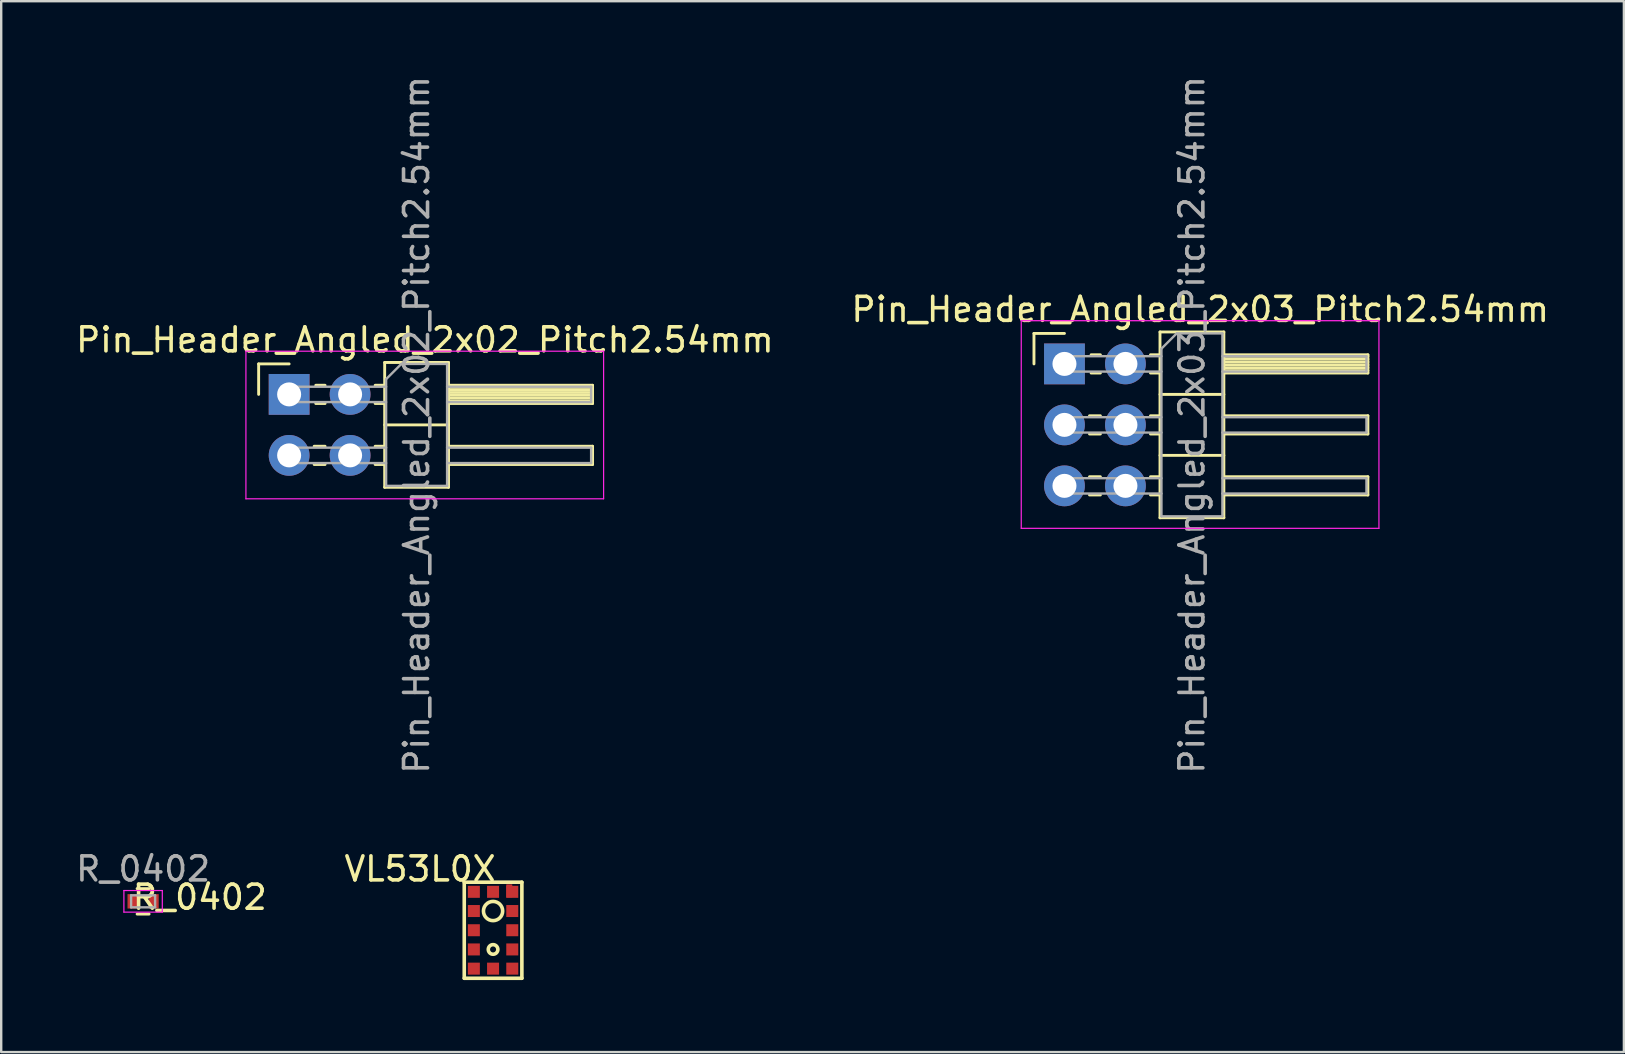
<source format=kicad_pcb>
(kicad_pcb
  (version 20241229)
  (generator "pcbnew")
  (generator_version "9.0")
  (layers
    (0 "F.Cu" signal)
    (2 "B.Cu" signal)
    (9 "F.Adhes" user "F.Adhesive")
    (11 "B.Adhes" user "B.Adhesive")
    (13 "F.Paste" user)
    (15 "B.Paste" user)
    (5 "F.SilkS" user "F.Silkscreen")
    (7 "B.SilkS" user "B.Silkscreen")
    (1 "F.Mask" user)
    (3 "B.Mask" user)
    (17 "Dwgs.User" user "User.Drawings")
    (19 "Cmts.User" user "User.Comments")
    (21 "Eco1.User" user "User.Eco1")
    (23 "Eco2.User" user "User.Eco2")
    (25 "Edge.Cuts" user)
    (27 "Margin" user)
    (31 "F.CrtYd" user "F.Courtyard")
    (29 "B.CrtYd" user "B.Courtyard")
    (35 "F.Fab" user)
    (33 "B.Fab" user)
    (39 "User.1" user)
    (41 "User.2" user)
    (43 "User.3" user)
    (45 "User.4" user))
  (footprint "Pin_Header_Angled_2x02_Pitch2.54mm"
    (layer "F.Cu")
    (at 8.994 13.379)
    (property "Reference" "Pin_Header_Angled_2x02_Pitch2.54mm" (at 5.655 -2.27 0) (layer "F.SilkS") (effects (font (size 1 1) (thickness 0.15))))
    (attr through_hole)
    (fp_line (start -1.27 -1.27) (end 0 -1.27) (stroke (width 0.12) (type solid)) (layer "F.SilkS"))
    (fp_line (start -1.27 0) (end -1.27 -1.27) (stroke (width 0.12) (type solid)) (layer "F.SilkS"))
    (fp_line (start 1.043 2.16) (end 1.497 2.16) (stroke (width 0.12) (type solid)) (layer "F.SilkS"))
    (fp_line (start 1.043 2.92) (end 1.497 2.92) (stroke (width 0.12) (type solid)) (layer "F.SilkS"))
    (fp_line (start 1.11 -0.38) (end 1.497 -0.38) (stroke (width 0.12) (type solid)) (layer "F.SilkS"))
    (fp_line (start 1.11 0.38) (end 1.497 0.38) (stroke (width 0.12) (type solid)) (layer "F.SilkS"))
    (fp_line (start 3.583 -0.38) (end 3.98 -0.38) (stroke (width 0.12) (type solid)) (layer "F.SilkS"))
    (fp_line (start 3.583 0.38) (end 3.98 0.38) (stroke (width 0.12) (type solid)) (layer "F.SilkS"))
    (fp_line (start 3.583 2.16) (end 3.98 2.16) (stroke (width 0.12) (type solid)) (layer "F.SilkS"))
    (fp_line (start 3.583 2.92) (end 3.98 2.92) (stroke (width 0.12) (type solid)) (layer "F.SilkS"))
    (fp_line (start 3.98 -1.33) (end 3.98 3.87) (stroke (width 0.12) (type solid)) (layer "F.SilkS"))
    (fp_line (start 3.98 1.27) (end 6.64 1.27) (stroke (width 0.12) (type solid)) (layer "F.SilkS"))
    (fp_line (start 3.98 3.87) (end 6.64 3.87) (stroke (width 0.12) (type solid)) (layer "F.SilkS"))
    (fp_line (start 6.64 -1.33) (end 3.98 -1.33) (stroke (width 0.12) (type solid)) (layer "F.SilkS"))
    (fp_line (start 6.64 -0.38) (end 12.64 -0.38) (stroke (width 0.12) (type solid)) (layer "F.SilkS"))
    (fp_line (start 6.64 -0.32) (end 12.64 -0.32) (stroke (width 0.12) (type solid)) (layer "F.SilkS"))
    (fp_line (start 6.64 -0.2) (end 12.64 -0.2) (stroke (width 0.12) (type solid)) (layer "F.SilkS"))
    (fp_line (start 6.64 -0.08) (end 12.64 -0.08) (stroke (width 0.12) (type solid)) (layer "F.SilkS"))
    (fp_line (start 6.64 0.04) (end 12.64 0.04) (stroke (width 0.12) (type solid)) (layer "F.SilkS"))
    (fp_line (start 6.64 0.16) (end 12.64 0.16) (stroke (width 0.12) (type solid)) (layer "F.SilkS"))
    (fp_line (start 6.64 0.28) (end 12.64 0.28) (stroke (width 0.12) (type solid)) (layer "F.SilkS"))
    (fp_line (start 6.64 2.16) (end 12.64 2.16) (stroke (width 0.12) (type solid)) (layer "F.SilkS"))
    (fp_line (start 6.64 3.87) (end 6.64 -1.33) (stroke (width 0.12) (type solid)) (layer "F.SilkS"))
    (fp_line (start 12.64 -0.38) (end 12.64 0.38) (stroke (width 0.12) (type solid)) (layer "F.SilkS"))
    (fp_line (start 12.64 0.38) (end 6.64 0.38) (stroke (width 0.12) (type solid)) (layer "F.SilkS"))
    (fp_line (start 12.64 2.16) (end 12.64 2.92) (stroke (width 0.12) (type solid)) (layer "F.SilkS"))
    (fp_line (start 12.64 2.92) (end 6.64 2.92) (stroke (width 0.12) (type solid)) (layer "F.SilkS"))
    (fp_line (start -1.8 -1.8) (end -1.8 4.35) (stroke (width 0.05) (type solid)) (layer "F.CrtYd"))
    (fp_line (start -1.8 4.35) (end 13.1 4.35) (stroke (width 0.05) (type solid)) (layer "F.CrtYd"))
    (fp_line (start 13.1 -1.8) (end -1.8 -1.8) (stroke (width 0.05) (type solid)) (layer "F.CrtYd"))
    (fp_line (start 13.1 4.35) (end 13.1 -1.8) (stroke (width 0.05) (type solid)) (layer "F.CrtYd"))
    (fp_line (start -0.32 -0.32) (end -0.32 0.32) (stroke (width 0.1) (type solid)) (layer "F.Fab"))
    (fp_line (start -0.32 -0.32) (end 4.04 -0.32) (stroke (width 0.1) (type solid)) (layer "F.Fab"))
    (fp_line (start -0.32 0.32) (end 4.04 0.32) (stroke (width 0.1) (type solid)) (layer "F.Fab"))
    (fp_line (start -0.32 2.22) (end -0.32 2.86) (stroke (width 0.1) (type solid)) (layer "F.Fab"))
    (fp_line (start -0.32 2.22) (end 4.04 2.22) (stroke (width 0.1) (type solid)) (layer "F.Fab"))
    (fp_line (start -0.32 2.86) (end 4.04 2.86) (stroke (width 0.1) (type solid)) (layer "F.Fab"))
    (fp_line (start 4.04 -0.635) (end 4.675 -1.27) (stroke (width 0.1) (type solid)) (layer "F.Fab"))
    (fp_line (start 4.04 3.81) (end 4.04 -0.635) (stroke (width 0.1) (type solid)) (layer "F.Fab"))
    (fp_line (start 4.675 -1.27) (end 6.58 -1.27) (stroke (width 0.1) (type solid)) (layer "F.Fab"))
    (fp_line (start 6.58 -1.27) (end 6.58 3.81) (stroke (width 0.1) (type solid)) (layer "F.Fab"))
    (fp_line (start 6.58 -0.32) (end 12.58 -0.32) (stroke (width 0.1) (type solid)) (layer "F.Fab"))
    (fp_line (start 6.58 0.32) (end 12.58 0.32) (stroke (width 0.1) (type solid)) (layer "F.Fab"))
    (fp_line (start 6.58 2.22) (end 12.58 2.22) (stroke (width 0.1) (type solid)) (layer "F.Fab"))
    (fp_line (start 6.58 2.86) (end 12.58 2.86) (stroke (width 0.1) (type solid)) (layer "F.Fab"))
    (fp_line (start 6.58 3.81) (end 4.04 3.81) (stroke (width 0.1) (type solid)) (layer "F.Fab"))
    (fp_line (start 12.58 -0.32) (end 12.58 0.32) (stroke (width 0.1) (type solid)) (layer "F.Fab"))
    (fp_line (start 12.58 2.22) (end 12.58 2.86) (stroke (width 0.1) (type solid)) (layer "F.Fab"))
    (fp_text user "${REFERENCE}" (at 5.31 1.27 90) (layer "F.Fab") (effects (font (size 1 1) (thickness 0.15))))
    (pad "1" thru_hole rect (at 0 0) (size 1.7 1.7) (drill 1) (layers "*.Cu" "*.Mask"))
    (pad "2" thru_hole oval (at 2.54 0) (size 1.7 1.7) (drill 1) (layers "*.Cu" "*.Mask"))
    (pad "3" thru_hole oval (at 0 2.54) (size 1.7 1.7) (drill 1) (layers "*.Cu" "*.Mask"))
    (pad "4" thru_hole oval (at 2.54 2.54) (size 1.7 1.7) (drill 1) (layers "*.Cu" "*.Mask")))
  (footprint "R_0402"
    (layer "F.Cu")
    (at 2.911 34.496)
    (property "Reference" "R_0402" (at 2.36 -0.17 0) (layer "F.SilkS") (effects (font (size 1 1) (thickness 0.15))))
    (attr smd)
    (fp_line (start -0.25 0.53) (end 0.25 0.53) (stroke (width 0.12) (type solid)) (layer "F.SilkS"))
    (fp_line (start 0.25 -0.53) (end -0.25 -0.53) (stroke (width 0.12) (type solid)) (layer "F.SilkS"))
    (fp_line (start -0.8 -0.45) (end -0.8 0.45) (stroke (width 0.05) (type solid)) (layer "F.CrtYd"))
    (fp_line (start -0.8 -0.45) (end 0.8 -0.45) (stroke (width 0.05) (type solid)) (layer "F.CrtYd"))
    (fp_line (start 0.8 0.45) (end -0.8 0.45) (stroke (width 0.05) (type solid)) (layer "F.CrtYd"))
    (fp_line (start 0.8 0.45) (end 0.8 -0.45) (stroke (width 0.05) (type solid)) (layer "F.CrtYd"))
    (fp_line (start -0.5 -0.25) (end 0.5 -0.25) (stroke (width 0.1) (type solid)) (layer "F.Fab"))
    (fp_line (start -0.5 0.25) (end -0.5 -0.25) (stroke (width 0.1) (type solid)) (layer "F.Fab"))
    (fp_line (start 0.5 -0.25) (end 0.5 0.25) (stroke (width 0.1) (type solid)) (layer "F.Fab"))
    (fp_line (start 0.5 0.25) (end -0.5 0.25) (stroke (width 0.1) (type solid)) (layer "F.Fab"))
    (fp_text user "${REFERENCE}" (at 0 -1.35 0) (layer "F.Fab") (effects (font (size 1 1) (thickness 0.15))))
    (pad "1" smd rect (at -0.45 0) (size 0.4 0.6) (layers "F.Cu" "F.Mask" "F.Paste"))
    (pad "2" smd rect (at 0.45 0) (size 0.4 0.6) (layers "F.Cu" "F.Mask" "F.Paste")))
  (footprint "VL53L0X"
    (layer "F.Cu")
    (at 17.489 35.736)
    (property "Reference" "VL53L0X" (at -3.04 -2.59 0) (layer "F.SilkS") (effects (font (size 1 1) (thickness 0.15))))
    (attr through_hole)
    (fp_line (start -1.2 -2.036) (end -1.2 1.964) (stroke (width 0.15) (type solid)) (layer "F.SilkS"))
    (fp_line (start -1.2 1.964) (end 1.2 1.964) (stroke (width 0.15) (type solid)) (layer "F.SilkS"))
    (fp_line (start 1.2 -2.036) (end -1.2 -2.036) (stroke (width 0.15) (type solid)) (layer "F.SilkS"))
    (fp_line (start 1.2 1.964) (end 1.2 -2.036) (stroke (width 0.15) (type solid)) (layer "F.SilkS"))
    (fp_circle (center 0 -0.836) (end 0 -0.436) (stroke (width 0.15) (type solid)) (fill no) (layer "F.SilkS"))
    (fp_circle (center 0 0.764) (end 0 0.964) (stroke (width 0.15) (type solid)) (fill no) (layer "F.SilkS"))
    (pad "" smd rect (at 0.675 -1.676) (size 0.25 0.54) (layers "F.Cu" "F.Mask" "F.Paste"))
    (pad "1" smd rect (at 0.8 -1.636) (size 0.5 0.5) (layers "F.Cu" "F.Mask" "F.Paste"))
    (pad "2" smd rect (at 0.8 -0.836) (size 0.5 0.5) (layers "F.Cu" "F.Mask" "F.Paste"))
    (pad "3" smd rect (at 0.8 -0.036) (size 0.5 0.5) (layers "F.Cu" "F.Mask" "F.Paste"))
    (pad "4" smd rect (at 0.8 0.764) (size 0.5 0.5) (layers "F.Cu" "F.Mask" "F.Paste"))
    (pad "5" smd rect (at 0.8 1.564) (size 0.5 0.5) (layers "F.Cu" "F.Mask" "F.Paste"))
    (pad "6" smd rect (at 0 1.564) (size 0.5 0.5) (layers "F.Cu" "F.Mask" "F.Paste"))
    (pad "7" smd rect (at -0.8 1.564) (size 0.5 0.5) (layers "F.Cu" "F.Mask" "F.Paste"))
    (pad "8" smd rect (at -0.8 0.764) (size 0.5 0.5) (layers "F.Cu" "F.Mask" "F.Paste"))
    (pad "9" smd rect (at -0.8 -0.036) (size 0.5 0.5) (layers "F.Cu" "F.Mask" "F.Paste"))
    (pad "10" smd rect (at -0.8 -0.836) (size 0.5 0.5) (layers "F.Cu" "F.Mask" "F.Paste"))
    (pad "11" smd rect (at -0.8 -1.636) (size 0.5 0.5) (layers "F.Cu" "F.Mask" "F.Paste"))
    (pad "12" smd rect (at 0 -1.636) (size 0.5 0.5) (layers "F.Cu" "F.Mask" "F.Paste")))
  (footprint "Pin_Header_Angled_2x03_Pitch2.54mm"
    (layer "F.Cu")
    (at 41.291 12.109)
    (property "Reference" "Pin_Header_Angled_2x03_Pitch2.54mm" (at 5.655 -2.27 0) (layer "F.SilkS") (effects (font (size 1 1) (thickness 0.15))))
    (attr through_hole)
    (fp_line (start -1.27 -1.27) (end 0 -1.27) (stroke (width 0.12) (type solid)) (layer "F.SilkS"))
    (fp_line (start -1.27 0) (end -1.27 -1.27) (stroke (width 0.12) (type solid)) (layer "F.SilkS"))
    (fp_line (start 1.043 2.16) (end 1.497 2.16) (stroke (width 0.12) (type solid)) (layer "F.SilkS"))
    (fp_line (start 1.043 2.92) (end 1.497 2.92) (stroke (width 0.12) (type solid)) (layer "F.SilkS"))
    (fp_line (start 1.043 4.7) (end 1.497 4.7) (stroke (width 0.12) (type solid)) (layer "F.SilkS"))
    (fp_line (start 1.043 5.46) (end 1.497 5.46) (stroke (width 0.12) (type solid)) (layer "F.SilkS"))
    (fp_line (start 1.11 -0.38) (end 1.497 -0.38) (stroke (width 0.12) (type solid)) (layer "F.SilkS"))
    (fp_line (start 1.11 0.38) (end 1.497 0.38) (stroke (width 0.12) (type solid)) (layer "F.SilkS"))
    (fp_line (start 3.583 -0.38) (end 3.98 -0.38) (stroke (width 0.12) (type solid)) (layer "F.SilkS"))
    (fp_line (start 3.583 0.38) (end 3.98 0.38) (stroke (width 0.12) (type solid)) (layer "F.SilkS"))
    (fp_line (start 3.583 2.16) (end 3.98 2.16) (stroke (width 0.12) (type solid)) (layer "F.SilkS"))
    (fp_line (start 3.583 2.92) (end 3.98 2.92) (stroke (width 0.12) (type solid)) (layer "F.SilkS"))
    (fp_line (start 3.583 4.7) (end 3.98 4.7) (stroke (width 0.12) (type solid)) (layer "F.SilkS"))
    (fp_line (start 3.583 5.46) (end 3.98 5.46) (stroke (width 0.12) (type solid)) (layer "F.SilkS"))
    (fp_line (start 3.98 -1.33) (end 3.98 6.41) (stroke (width 0.12) (type solid)) (layer "F.SilkS"))
    (fp_line (start 3.98 1.27) (end 6.64 1.27) (stroke (width 0.12) (type solid)) (layer "F.SilkS"))
    (fp_line (start 3.98 3.81) (end 6.64 3.81) (stroke (width 0.12) (type solid)) (layer "F.SilkS"))
    (fp_line (start 3.98 6.41) (end 6.64 6.41) (stroke (width 0.12) (type solid)) (layer "F.SilkS"))
    (fp_line (start 6.64 -1.33) (end 3.98 -1.33) (stroke (width 0.12) (type solid)) (layer "F.SilkS"))
    (fp_line (start 6.64 -0.38) (end 12.64 -0.38) (stroke (width 0.12) (type solid)) (layer "F.SilkS"))
    (fp_line (start 6.64 -0.32) (end 12.64 -0.32) (stroke (width 0.12) (type solid)) (layer "F.SilkS"))
    (fp_line (start 6.64 -0.2) (end 12.64 -0.2) (stroke (width 0.12) (type solid)) (layer "F.SilkS"))
    (fp_line (start 6.64 -0.08) (end 12.64 -0.08) (stroke (width 0.12) (type solid)) (layer "F.SilkS"))
    (fp_line (start 6.64 0.04) (end 12.64 0.04) (stroke (width 0.12) (type solid)) (layer "F.SilkS"))
    (fp_line (start 6.64 0.16) (end 12.64 0.16) (stroke (width 0.12) (type solid)) (layer "F.SilkS"))
    (fp_line (start 6.64 0.28) (end 12.64 0.28) (stroke (width 0.12) (type solid)) (layer "F.SilkS"))
    (fp_line (start 6.64 2.16) (end 12.64 2.16) (stroke (width 0.12) (type solid)) (layer "F.SilkS"))
    (fp_line (start 6.64 4.7) (end 12.64 4.7) (stroke (width 0.12) (type solid)) (layer "F.SilkS"))
    (fp_line (start 6.64 6.41) (end 6.64 -1.33) (stroke (width 0.12) (type solid)) (layer "F.SilkS"))
    (fp_line (start 12.64 -0.38) (end 12.64 0.38) (stroke (width 0.12) (type solid)) (layer "F.SilkS"))
    (fp_line (start 12.64 0.38) (end 6.64 0.38) (stroke (width 0.12) (type solid)) (layer "F.SilkS"))
    (fp_line (start 12.64 2.16) (end 12.64 2.92) (stroke (width 0.12) (type solid)) (layer "F.SilkS"))
    (fp_line (start 12.64 2.92) (end 6.64 2.92) (stroke (width 0.12) (type solid)) (layer "F.SilkS"))
    (fp_line (start 12.64 4.7) (end 12.64 5.46) (stroke (width 0.12) (type solid)) (layer "F.SilkS"))
    (fp_line (start 12.64 5.46) (end 6.64 5.46) (stroke (width 0.12) (type solid)) (layer "F.SilkS"))
    (fp_line (start -1.8 -1.8) (end -1.8 6.85) (stroke (width 0.05) (type solid)) (layer "F.CrtYd"))
    (fp_line (start -1.8 6.85) (end 13.1 6.85) (stroke (width 0.05) (type solid)) (layer "F.CrtYd"))
    (fp_line (start 13.1 -1.8) (end -1.8 -1.8) (stroke (width 0.05) (type solid)) (layer "F.CrtYd"))
    (fp_line (start 13.1 6.85) (end 13.1 -1.8) (stroke (width 0.05) (type solid)) (layer "F.CrtYd"))
    (fp_line (start -0.32 -0.32) (end -0.32 0.32) (stroke (width 0.1) (type solid)) (layer "F.Fab"))
    (fp_line (start -0.32 -0.32) (end 4.04 -0.32) (stroke (width 0.1) (type solid)) (layer "F.Fab"))
    (fp_line (start -0.32 0.32) (end 4.04 0.32) (stroke (width 0.1) (type solid)) (layer "F.Fab"))
    (fp_line (start -0.32 2.22) (end -0.32 2.86) (stroke (width 0.1) (type solid)) (layer "F.Fab"))
    (fp_line (start -0.32 2.22) (end 4.04 2.22) (stroke (width 0.1) (type solid)) (layer "F.Fab"))
    (fp_line (start -0.32 2.86) (end 4.04 2.86) (stroke (width 0.1) (type solid)) (layer "F.Fab"))
    (fp_line (start -0.32 4.76) (end -0.32 5.4) (stroke (width 0.1) (type solid)) (layer "F.Fab"))
    (fp_line (start -0.32 4.76) (end 4.04 4.76) (stroke (width 0.1) (type solid)) (layer "F.Fab"))
    (fp_line (start -0.32 5.4) (end 4.04 5.4) (stroke (width 0.1) (type solid)) (layer "F.Fab"))
    (fp_line (start 4.04 -0.635) (end 4.675 -1.27) (stroke (width 0.1) (type solid)) (layer "F.Fab"))
    (fp_line (start 4.04 6.35) (end 4.04 -0.635) (stroke (width 0.1) (type solid)) (layer "F.Fab"))
    (fp_line (start 4.675 -1.27) (end 6.58 -1.27) (stroke (width 0.1) (type solid)) (layer "F.Fab"))
    (fp_line (start 6.58 -1.27) (end 6.58 6.35) (stroke (width 0.1) (type solid)) (layer "F.Fab"))
    (fp_line (start 6.58 -0.32) (end 12.58 -0.32) (stroke (width 0.1) (type solid)) (layer "F.Fab"))
    (fp_line (start 6.58 0.32) (end 12.58 0.32) (stroke (width 0.1) (type solid)) (layer "F.Fab"))
    (fp_line (start 6.58 2.22) (end 12.58 2.22) (stroke (width 0.1) (type solid)) (layer "F.Fab"))
    (fp_line (start 6.58 2.86) (end 12.58 2.86) (stroke (width 0.1) (type solid)) (layer "F.Fab"))
    (fp_line (start 6.58 4.76) (end 12.58 4.76) (stroke (width 0.1) (type solid)) (layer "F.Fab"))
    (fp_line (start 6.58 5.4) (end 12.58 5.4) (stroke (width 0.1) (type solid)) (layer "F.Fab"))
    (fp_line (start 6.58 6.35) (end 4.04 6.35) (stroke (width 0.1) (type solid)) (layer "F.Fab"))
    (fp_line (start 12.58 -0.32) (end 12.58 0.32) (stroke (width 0.1) (type solid)) (layer "F.Fab"))
    (fp_line (start 12.58 2.22) (end 12.58 2.86) (stroke (width 0.1) (type solid)) (layer "F.Fab"))
    (fp_line (start 12.58 4.76) (end 12.58 5.4) (stroke (width 0.1) (type solid)) (layer "F.Fab"))
    (fp_text user "${REFERENCE}" (at 5.31 2.54 90) (layer "F.Fab") (effects (font (size 1 1) (thickness 0.15))))
    (pad "1" thru_hole rect (at 0 0) (size 1.7 1.7) (drill 1) (layers "*.Cu" "*.Mask"))
    (pad "2" thru_hole oval (at 2.54 0) (size 1.7 1.7) (drill 1) (layers "*.Cu" "*.Mask"))
    (pad "3" thru_hole oval (at 0 2.54) (size 1.7 1.7) (drill 1) (layers "*.Cu" "*.Mask"))
    (pad "4" thru_hole oval (at 2.54 2.54) (size 1.7 1.7) (drill 1) (layers "*.Cu" "*.Mask"))
    (pad "5" thru_hole oval (at 0 5.08) (size 1.7 1.7) (drill 1) (layers "*.Cu" "*.Mask"))
    (pad "6" thru_hole oval (at 2.54 5.08) (size 1.7 1.7) (drill 1) (layers "*.Cu" "*.Mask")))
  (gr_rect
    (start -3 -3)
    (end 64.595 40.775)
    (stroke (width 0.1) (type default))
    (fill no)
    (layer "Edge.Cuts")))
</source>
